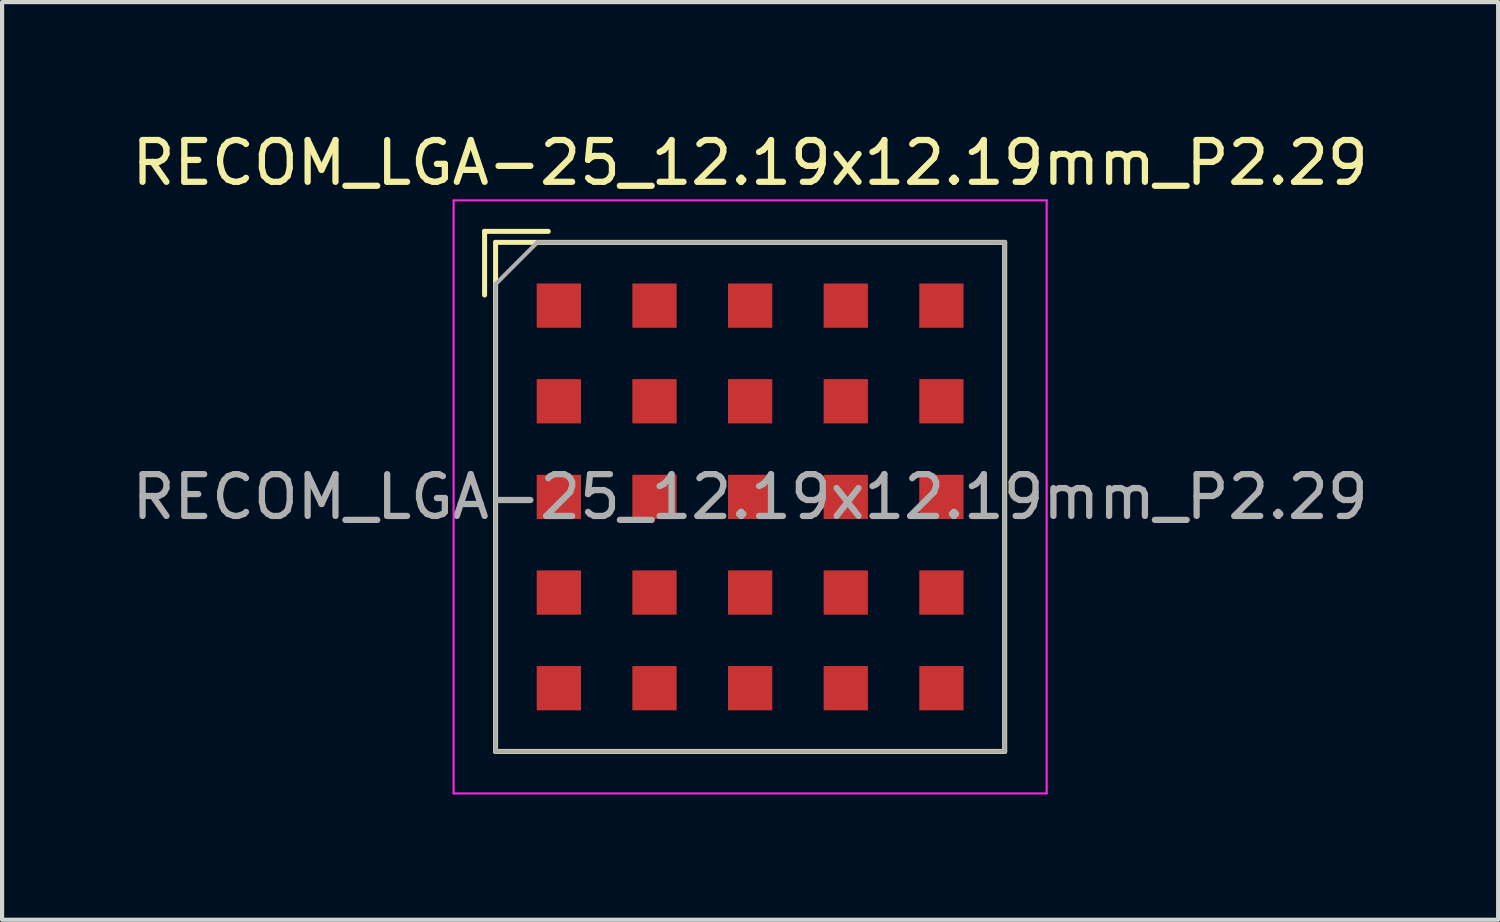
<source format=kicad_pcb>
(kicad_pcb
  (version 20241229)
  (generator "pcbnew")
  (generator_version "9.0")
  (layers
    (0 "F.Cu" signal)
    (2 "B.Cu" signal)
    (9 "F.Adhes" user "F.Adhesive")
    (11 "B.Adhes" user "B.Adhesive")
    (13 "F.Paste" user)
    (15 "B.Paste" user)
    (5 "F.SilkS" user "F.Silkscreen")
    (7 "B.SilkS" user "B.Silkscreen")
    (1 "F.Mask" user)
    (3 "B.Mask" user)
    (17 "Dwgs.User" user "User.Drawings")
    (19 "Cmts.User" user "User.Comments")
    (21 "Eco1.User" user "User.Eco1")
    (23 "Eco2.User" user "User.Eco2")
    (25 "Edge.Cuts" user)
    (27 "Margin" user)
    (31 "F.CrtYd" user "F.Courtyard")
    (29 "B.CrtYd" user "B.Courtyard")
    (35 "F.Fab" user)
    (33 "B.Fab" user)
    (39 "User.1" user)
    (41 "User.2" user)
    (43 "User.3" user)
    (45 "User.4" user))
  (footprint "RECOM_LGA-25_12.19x12.19mm_P2.29"
    (layer "F.Cu")
    (at 14.911 8.848)
    (property "Reference" "RECOM_LGA-25_12.19x12.19mm_P2.29" (at 0 -8 0) (layer "F.SilkS") (effects (font (size 1 1) (thickness 0.15))))
    (attr through_hole)
    (fp_line (start -6.358 -6.358) (end -4.834 -6.358) (stroke (width 0.12) (type solid)) (layer "F.SilkS"))
    (fp_line (start -6.358 -4.834) (end -6.358 -6.358) (stroke (width 0.12) (type solid)) (layer "F.SilkS"))
    (fp_line (start -6.095 -6.095) (end -6.095 6.095) (stroke (width 0.12) (type solid)) (layer "F.SilkS"))
    (fp_line (start -6.095 -6.095) (end 6.095 -6.095) (stroke (width 0.12) (type solid)) (layer "F.SilkS"))
    (fp_line (start -6.095 6.095) (end 6.095 6.095) (stroke (width 0.12) (type solid)) (layer "F.SilkS"))
    (fp_line (start 6.095 -6.095) (end 6.095 6.095) (stroke (width 0.12) (type solid)) (layer "F.SilkS"))
    (fp_line (start -7.1 -7.1) (end -7.1 7.1) (stroke (width 0.05) (type solid)) (layer "F.CrtYd"))
    (fp_line (start -7.1 -7.1) (end 7.1 -7.1) (stroke (width 0.05) (type solid)) (layer "F.CrtYd"))
    (fp_line (start -7.1 7.1) (end 7.1 7.1) (stroke (width 0.05) (type solid)) (layer "F.CrtYd"))
    (fp_line (start 7.1 -7.1) (end 7.1 7.1) (stroke (width 0.05) (type solid)) (layer "F.CrtYd"))
    (fp_line (start -6.095 -5.095) (end -6.095 6.095) (stroke (width 0.1) (type solid)) (layer "F.Fab"))
    (fp_line (start -6.095 -5.095) (end -5.095 -6.095) (stroke (width 0.1) (type solid)) (layer "F.Fab"))
    (fp_line (start -6.095 6.095) (end 6.095 6.095) (stroke (width 0.1) (type solid)) (layer "F.Fab"))
    (fp_line (start -5.095 -6.095) (end 6.095 -6.095) (stroke (width 0.1) (type solid)) (layer "F.Fab"))
    (fp_line (start 6.095 -6.095) (end 6.095 6.095) (stroke (width 0.1) (type solid)) (layer "F.Fab"))
    (fp_text user "${REFERENCE}" (at 0 0 0) (layer "F.Fab") (effects (font (size 1 1) (thickness 0.15))))
    (pad "A1" smd rect (at -4.58 -4.58) (size 1.06 1.06) (layers "F.Cu" "F.Mask" "F.Paste"))
    (pad "A2" smd rect (at -2.29 -4.58) (size 1.06 1.06) (layers "F.Cu" "F.Mask" "F.Paste"))
    (pad "A3" smd rect (at 0 -4.58) (size 1.06 1.06) (layers "F.Cu" "F.Mask" "F.Paste"))
    (pad "A4" smd rect (at 2.29 -4.58) (size 1.06 1.06) (layers "F.Cu" "F.Mask" "F.Paste"))
    (pad "A5" smd rect (at 4.58 -4.58) (size 1.06 1.06) (layers "F.Cu" "F.Mask" "F.Paste"))
    (pad "B1" smd rect (at -4.58 -2.29) (size 1.06 1.06) (layers "F.Cu" "F.Mask" "F.Paste"))
    (pad "B2" smd rect (at -2.29 -2.29) (size 1.06 1.06) (layers "F.Cu" "F.Mask" "F.Paste"))
    (pad "B3" smd rect (at 0 -2.29) (size 1.06 1.06) (layers "F.Cu" "F.Mask" "F.Paste"))
    (pad "B4" smd rect (at 2.29 -2.29) (size 1.06 1.06) (layers "F.Cu" "F.Mask" "F.Paste"))
    (pad "B5" smd rect (at 4.58 -2.29) (size 1.06 1.06) (layers "F.Cu" "F.Mask" "F.Paste"))
    (pad "C1" smd rect (at -4.58 0) (size 1.06 1.06) (layers "F.Cu" "F.Mask" "F.Paste"))
    (pad "C2" smd rect (at -2.29 0) (size 1.06 1.06) (layers "F.Cu" "F.Mask" "F.Paste"))
    (pad "C3" smd rect (at 0 0) (size 1.06 1.06) (layers "F.Cu" "F.Mask" "F.Paste"))
    (pad "C4" smd rect (at 2.29 0) (size 1.06 1.06) (layers "F.Cu" "F.Mask" "F.Paste"))
    (pad "C5" smd rect (at 4.58 0) (size 1.06 1.06) (layers "F.Cu" "F.Mask" "F.Paste"))
    (pad "D1" smd rect (at -4.58 2.29) (size 1.06 1.06) (layers "F.Cu" "F.Mask" "F.Paste"))
    (pad "D2" smd rect (at -2.29 2.29) (size 1.06 1.06) (layers "F.Cu" "F.Mask" "F.Paste"))
    (pad "D3" smd rect (at 0 2.29) (size 1.06 1.06) (layers "F.Cu" "F.Mask" "F.Paste"))
    (pad "D4" smd rect (at 2.29 2.29) (size 1.06 1.06) (layers "F.Cu" "F.Mask" "F.Paste"))
    (pad "D5" smd rect (at 4.58 2.29) (size 1.06 1.06) (layers "F.Cu" "F.Mask" "F.Paste"))
    (pad "E1" smd rect (at -4.58 4.58) (size 1.06 1.06) (layers "F.Cu" "F.Mask" "F.Paste"))
    (pad "E2" smd rect (at -2.29 4.58) (size 1.06 1.06) (layers "F.Cu" "F.Mask" "F.Paste"))
    (pad "E3" smd rect (at 0 4.58) (size 1.06 1.06) (layers "F.Cu" "F.Mask" "F.Paste"))
    (pad "E4" smd rect (at 2.29 4.58) (size 1.06 1.06) (layers "F.Cu" "F.Mask" "F.Paste"))
    (pad "E5" smd rect (at 4.58 4.58) (size 1.06 1.06) (layers "F.Cu" "F.Mask" "F.Paste")))
  (gr_rect
    (start -3 -3)
    (end 32.821 18.973)
    (stroke (width 0.1) (type default))
    (fill no)
    (layer "Edge.Cuts")))
</source>
